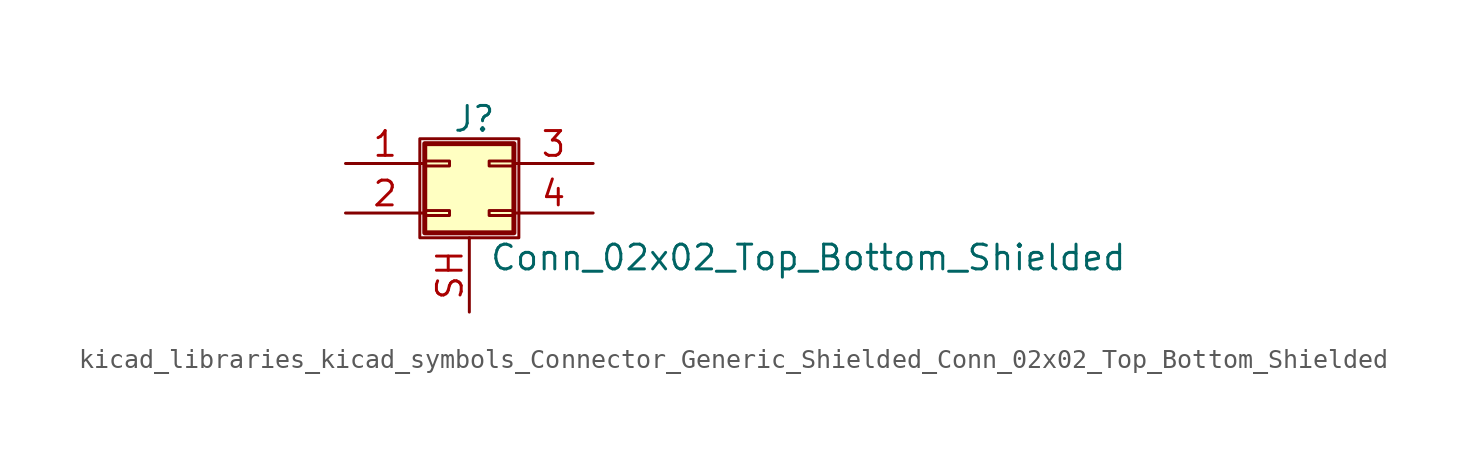
<source format=kicad_sym>
(kicad_symbol_lib
  (version 20220914)
  (generator kicad_symbol_editor)
  (symbol "kicad_libraries_kicad_symbols_Connector_Generic_Shielded_Conn_02x02_Top_Bottom_Shielded"
    (pin_names
      (offset 1.016) hide)
    (property "Reference" "J"
      (at 1.524 2.286 0)
      (effects (font (size 1.27 1.27))))
    (property "Value" "Conn_02x02_Top_Bottom_Shielded"
      (at 2.286 -4.826 0)
      (effects (font (size 1.27 1.27)) (justify left)))
    (symbol "kicad_libraries_kicad_symbols_Connector_Generic_Shielded_Conn_02x02_Top_Bottom_Shielded_1_1"
      (rectangle (start -1.27 1.27) (end 3.81 -3.81) (stroke (width 0.152) (type default)) (fill (type none)))
      (rectangle (start -1.016 -2.413) (end 0.254 -2.667) (stroke (width 0.152) (type default)) (fill (type none)))
      (rectangle (start -1.016 0.127) (end 0.254 -0.127) (stroke (width 0.152) (type default)) (fill (type none)))
      (rectangle (start -1.016 1.016) (end 3.556 -3.556) (stroke (width 0.254) (type default)) (fill (type background)))
      (rectangle (start 3.556 -2.413) (end 2.286 -2.667) (stroke (width 0.152) (type default)) (fill (type none)))
      (rectangle (start 3.556 0.127) (end 2.286 -0.127) (stroke (width 0.152) (type default)) (fill (type none)))
      (pin passive line (at -5.08 0 0) (length 4.064) (name "Pin_1" (effects (font (size 1.27 1.27)))) (number "1" (effects (font (size 1.27 1.27)))))
      (pin passive line (at -5.08 -2.54 0) (length 4.064) (name "Pin_2" (effects (font (size 1.27 1.27)))) (number "2" (effects (font (size 1.27 1.27)))))
      (pin passive line (at 7.62 0 180) (length 4.064) (name "Pin_3" (effects (font (size 1.27 1.27)))) (number "3" (effects (font (size 1.27 1.27)))))
      (pin passive line (at 7.62 -2.54 180) (length 4.064) (name "Pin_4" (effects (font (size 1.27 1.27)))) (number "4" (effects (font (size 1.27 1.27)))))
      (pin passive line (at 1.27 -7.62 90) (length 3.81) (name "Shield" (effects (font (size 1.27 1.27)))) (number "SH" (effects (font (size 1.27 1.27))))))))
</source>
